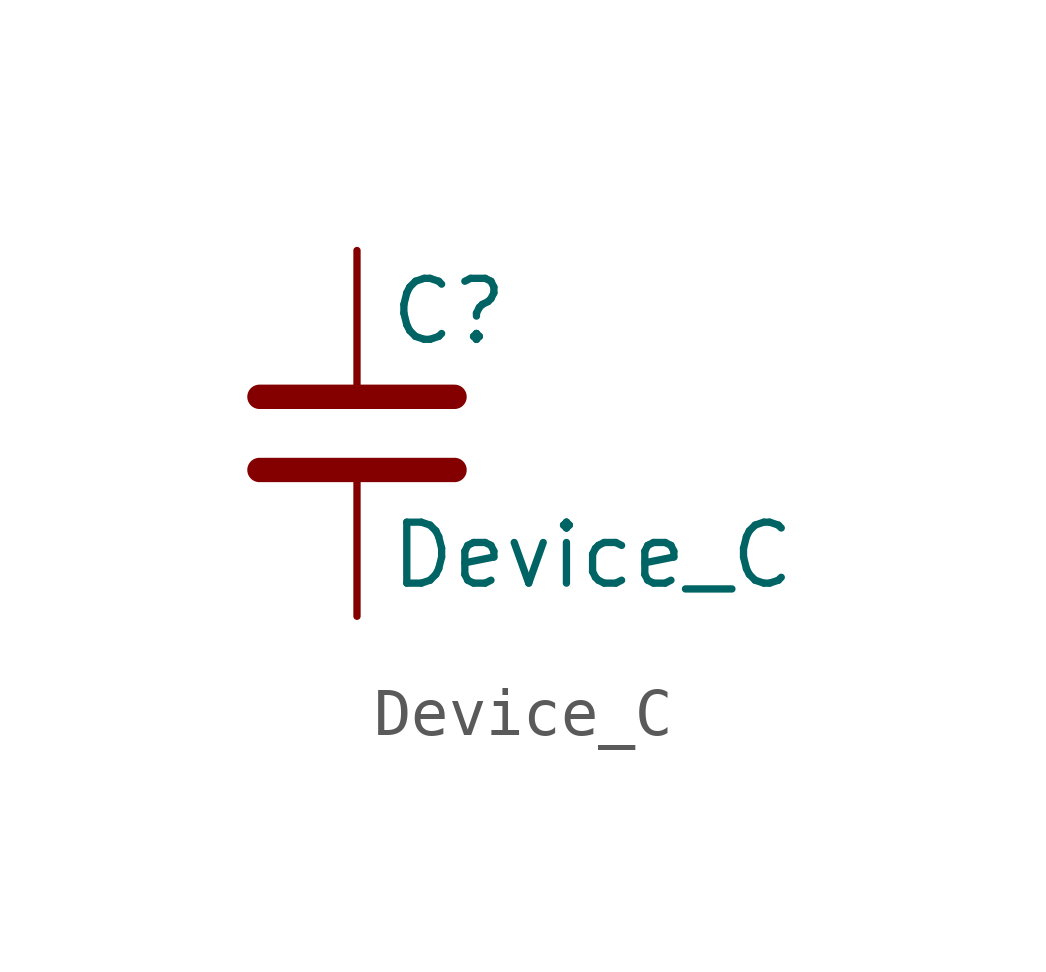
<source format=kicad_sym>
(kicad_symbol_lib
  (version 20211014)
  (generator kicad_symbol_editor)
  (symbol "Device_C"
    (pin_numbers hide)
    (pin_names
      (offset 0.254))
    (property "Reference" "C"
      (at 0.635 2.54 0)
      (effects (font (size 1.27 1.27)) (justify left)))
    (property "Value" "Device_C"
      (at 0.635 -2.54 0)
      (effects (font (size 1.27 1.27)) (justify left)))
    (symbol "Device_C_0_1"
      (polyline (pts (xy -2.032 -0.762) (xy 2.032 -0.762)) (stroke (width 0.508) (type default) (color 0 0 0 0)) (fill (type none)))
      (polyline (pts (xy -2.032 0.762) (xy 2.032 0.762)) (stroke (width 0.508) (type default) (color 0 0 0 0)) (fill (type none))))
    (symbol "Device_C_1_1"
      (pin passive line (at 0 3.81 270) (length 2.794) (name "~" (effects (font (size 1.27 1.27)))) (number "1" (effects (font (size 1.27 1.27)))))
      (pin passive line (at 0 -3.81 90) (length 2.794) (name "~" (effects (font (size 1.27 1.27)))) (number "2" (effects (font (size 1.27 1.27))))))))
</source>
